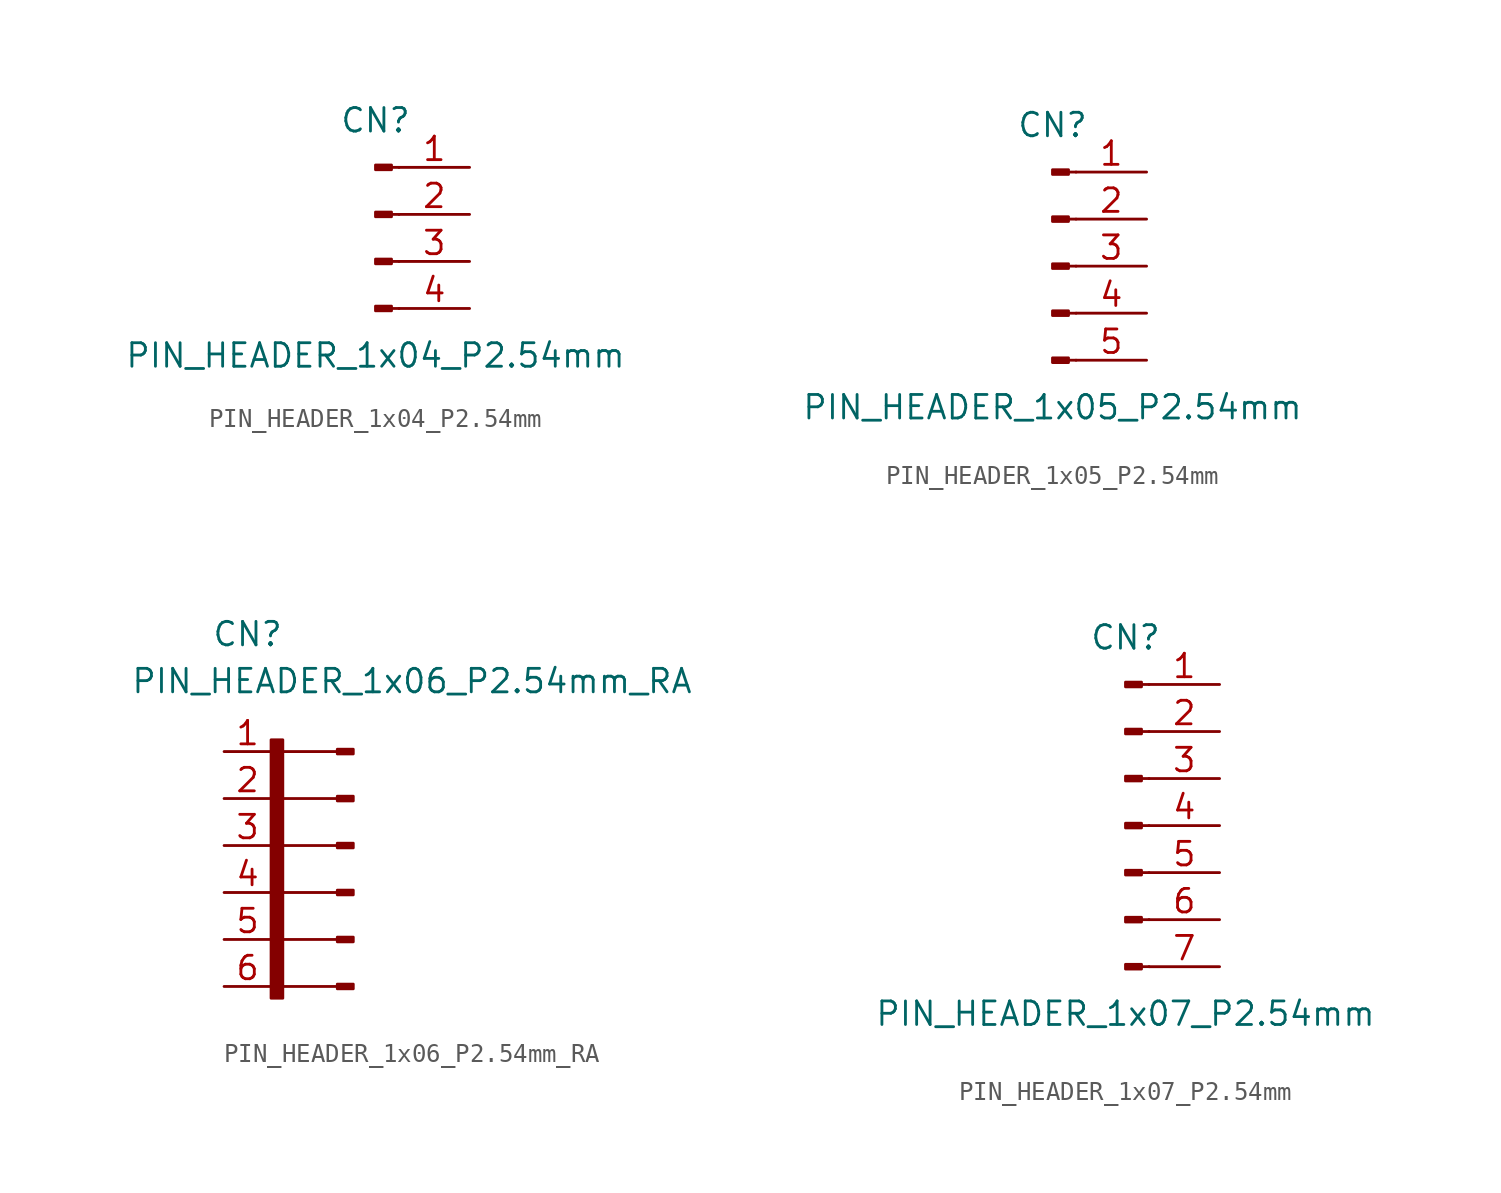
<source format=kicad_sym>
(kicad_symbol_lib
  (version 20231120)
  (generator "kicad_symbol_editor")
  (generator_version "8.0")
  (symbol "PIN_HEADER_1x04_P2.54mm"
    (pin_names
      (offset 1.016) hide)
    (property "Reference" "CN"
      (at 0 5.08 0)
      (effects (font (size 1.27 1.27))))
    (property "Value" "PIN_HEADER_1x04_P2.54mm"
      (at 0 -7.62 0)
      (effects (font (size 1.27 1.27))))
    (symbol "PIN_HEADER_1x04_P2.54mm_1_1"
      (polyline (pts (xy 1.27 -5.08) (xy 0.864 -5.08)) (stroke (width 0.152) (type default)) (fill (type none)))
      (polyline (pts (xy 1.27 -2.54) (xy 0.864 -2.54)) (stroke (width 0.152) (type default)) (fill (type none)))
      (polyline (pts (xy 1.27 0) (xy 0.864 0)) (stroke (width 0.152) (type default)) (fill (type none)))
      (polyline (pts (xy 1.27 2.54) (xy 0.864 2.54)) (stroke (width 0.152) (type default)) (fill (type none)))
      (rectangle (start 0.864 -4.953) (end 0 -5.207) (stroke (width 0.152) (type default)) (fill (type outline)))
      (rectangle (start 0.864 -2.413) (end 0 -2.667) (stroke (width 0.152) (type default)) (fill (type outline)))
      (rectangle (start 0.864 0.127) (end 0 -0.127) (stroke (width 0.152) (type default)) (fill (type outline)))
      (rectangle (start 0.864 2.667) (end 0 2.413) (stroke (width 0.152) (type default)) (fill (type outline)))
      (pin passive line (at 5.08 2.54 180) (length 3.81) (name "Pin_1" (effects (font (size 1.27 1.27)))) (number "1" (effects (font (size 1.27 1.27)))))
      (pin passive line (at 5.08 0 180) (length 3.81) (name "Pin_2" (effects (font (size 1.27 1.27)))) (number "2" (effects (font (size 1.27 1.27)))))
      (pin passive line (at 5.08 -2.54 180) (length 3.81) (name "Pin_3" (effects (font (size 1.27 1.27)))) (number "3" (effects (font (size 1.27 1.27)))))
      (pin passive line (at 5.08 -5.08 180) (length 3.81) (name "Pin_4" (effects (font (size 1.27 1.27)))) (number "4" (effects (font (size 1.27 1.27)))))))
  (symbol "PIN_HEADER_1x05_P2.54mm"
    (pin_names
      (offset 1.016) hide)
    (property "Reference" "CN"
      (at 0 7.62 0)
      (effects (font (size 1.27 1.27))))
    (property "Value" "PIN_HEADER_1x05_P2.54mm"
      (at 0 -7.62 0)
      (effects (font (size 1.27 1.27))))
    (symbol "PIN_HEADER_1x05_P2.54mm_1_1"
      (polyline (pts (xy 1.27 -5.08) (xy 0.864 -5.08)) (stroke (width 0.152) (type default)) (fill (type none)))
      (polyline (pts (xy 1.27 -2.54) (xy 0.864 -2.54)) (stroke (width 0.152) (type default)) (fill (type none)))
      (polyline (pts (xy 1.27 0) (xy 0.864 0)) (stroke (width 0.152) (type default)) (fill (type none)))
      (polyline (pts (xy 1.27 2.54) (xy 0.864 2.54)) (stroke (width 0.152) (type default)) (fill (type none)))
      (polyline (pts (xy 1.27 5.08) (xy 0.864 5.08)) (stroke (width 0.152) (type default)) (fill (type none)))
      (rectangle (start 0.864 -4.953) (end 0 -5.207) (stroke (width 0.152) (type default)) (fill (type outline)))
      (rectangle (start 0.864 -2.413) (end 0 -2.667) (stroke (width 0.152) (type default)) (fill (type outline)))
      (rectangle (start 0.864 0.127) (end 0 -0.127) (stroke (width 0.152) (type default)) (fill (type outline)))
      (rectangle (start 0.864 2.667) (end 0 2.413) (stroke (width 0.152) (type default)) (fill (type outline)))
      (rectangle (start 0.864 5.207) (end 0 4.953) (stroke (width 0.152) (type default)) (fill (type outline)))
      (pin passive line (at 5.08 5.08 180) (length 3.81) (name "Pin_1" (effects (font (size 1.27 1.27)))) (number "1" (effects (font (size 1.27 1.27)))))
      (pin passive line (at 5.08 2.54 180) (length 3.81) (name "Pin_2" (effects (font (size 1.27 1.27)))) (number "2" (effects (font (size 1.27 1.27)))))
      (pin passive line (at 5.08 0 180) (length 3.81) (name "Pin_3" (effects (font (size 1.27 1.27)))) (number "3" (effects (font (size 1.27 1.27)))))
      (pin passive line (at 5.08 -2.54 180) (length 3.81) (name "Pin_4" (effects (font (size 1.27 1.27)))) (number "4" (effects (font (size 1.27 1.27)))))
      (pin passive line (at 5.08 -5.08 180) (length 3.81) (name "Pin_5" (effects (font (size 1.27 1.27)))) (number "5" (effects (font (size 1.27 1.27)))))))
  (symbol "PIN_HEADER_1x06_P2.54mm_RA"
    (pin_names
      (offset 1.016) hide)
    (property "Reference" "CN"
      (at 1.27 11.43 0)
      (effects (font (size 1.27 1.27))))
    (property "Value" "PIN_HEADER_1x06_P2.54mm_RA"
      (at 10.16 8.89 0)
      (effects (font (size 1.27 1.27))))
    (symbol "PIN_HEADER_1x06_P2.54mm_RA_0_1"
      (polyline (pts (xy 2.54 -7.62) (xy 6.35 -7.62)) (stroke (width 0) (type default)) (fill (type none)))
      (polyline (pts (xy 2.54 -5.08) (xy 6.35 -5.08)) (stroke (width 0) (type default)) (fill (type none)))
      (polyline (pts (xy 2.54 -2.54) (xy 6.35 -2.54)) (stroke (width 0) (type default)) (fill (type none)))
      (polyline (pts (xy 2.54 0) (xy 6.35 0)) (stroke (width 0) (type default)) (fill (type none)))
      (polyline (pts (xy 2.54 2.54) (xy 6.35 2.54)) (stroke (width 0) (type default)) (fill (type none)))
      (polyline (pts (xy 2.54 5.08) (xy 6.35 5.08)) (stroke (width 0) (type default)) (fill (type none)))
      (rectangle (start 2.54 5.715) (end 3.175 -8.255) (stroke (width 0) (type default)) (fill (type outline))))
    (symbol "PIN_HEADER_1x06_P2.54mm_RA_1_1"
      (rectangle (start 6.121 -7.493) (end 6.985 -7.747) (stroke (width 0.152) (type default)) (fill (type outline)))
      (rectangle (start 6.121 -4.953) (end 6.985 -5.207) (stroke (width 0.152) (type default)) (fill (type outline)))
      (rectangle (start 6.121 -2.413) (end 6.985 -2.667) (stroke (width 0.152) (type default)) (fill (type outline)))
      (rectangle (start 6.121 0.127) (end 6.985 -0.127) (stroke (width 0.152) (type default)) (fill (type outline)))
      (rectangle (start 6.121 2.667) (end 6.985 2.413) (stroke (width 0.152) (type default)) (fill (type outline)))
      (rectangle (start 6.121 5.207) (end 6.985 4.953) (stroke (width 0.152) (type default)) (fill (type outline)))
      (pin passive line (at 0 5.08 0) (length 2.54) (name "Pin_1" (effects (font (size 1.27 1.27)))) (number "1" (effects (font (size 1.27 1.27)))))
      (pin passive line (at 0 2.54 0) (length 2.54) (name "Pin_2" (effects (font (size 1.27 1.27)))) (number "2" (effects (font (size 1.27 1.27)))))
      (pin passive line (at 0 0 0) (length 2.54) (name "Pin_3" (effects (font (size 1.27 1.27)))) (number "3" (effects (font (size 1.27 1.27)))))
      (pin passive line (at 0 -2.54 0) (length 2.54) (name "Pin_4" (effects (font (size 1.27 1.27)))) (number "4" (effects (font (size 1.27 1.27)))))
      (pin passive line (at 0 -5.08 0) (length 2.54) (name "Pin_5" (effects (font (size 1.27 1.27)))) (number "5" (effects (font (size 1.27 1.27)))))
      (pin passive line (at 0 -7.62 0) (length 2.54) (name "Pin_6" (effects (font (size 1.27 1.27)))) (number "6" (effects (font (size 1.27 1.27)))))))
  (symbol "PIN_HEADER_1x07_P2.54mm"
    (pin_names
      (offset 1.016) hide)
    (property "Reference" "CN"
      (at 0 10.16 0)
      (effects (font (size 1.27 1.27))))
    (property "Value" "PIN_HEADER_1x07_P2.54mm"
      (at 0 -10.16 0)
      (effects (font (size 1.27 1.27))))
    (symbol "PIN_HEADER_1x07_P2.54mm_1_1"
      (polyline (pts (xy 1.27 -7.62) (xy 0.864 -7.62)) (stroke (width 0.152) (type default)) (fill (type none)))
      (polyline (pts (xy 1.27 -5.08) (xy 0.864 -5.08)) (stroke (width 0.152) (type default)) (fill (type none)))
      (polyline (pts (xy 1.27 -2.54) (xy 0.864 -2.54)) (stroke (width 0.152) (type default)) (fill (type none)))
      (polyline (pts (xy 1.27 0) (xy 0.864 0)) (stroke (width 0.152) (type default)) (fill (type none)))
      (polyline (pts (xy 1.27 2.54) (xy 0.864 2.54)) (stroke (width 0.152) (type default)) (fill (type none)))
      (polyline (pts (xy 1.27 5.08) (xy 0.864 5.08)) (stroke (width 0.152) (type default)) (fill (type none)))
      (polyline (pts (xy 1.27 7.62) (xy 0.864 7.62)) (stroke (width 0.152) (type default)) (fill (type none)))
      (rectangle (start 0.864 -7.493) (end 0 -7.747) (stroke (width 0.152) (type default)) (fill (type outline)))
      (rectangle (start 0.864 -4.953) (end 0 -5.207) (stroke (width 0.152) (type default)) (fill (type outline)))
      (rectangle (start 0.864 -2.413) (end 0 -2.667) (stroke (width 0.152) (type default)) (fill (type outline)))
      (rectangle (start 0.864 0.127) (end 0 -0.127) (stroke (width 0.152) (type default)) (fill (type outline)))
      (rectangle (start 0.864 2.667) (end 0 2.413) (stroke (width 0.152) (type default)) (fill (type outline)))
      (rectangle (start 0.864 5.207) (end 0 4.953) (stroke (width 0.152) (type default)) (fill (type outline)))
      (rectangle (start 0.864 7.747) (end 0 7.493) (stroke (width 0.152) (type default)) (fill (type outline)))
      (pin passive line (at 5.08 7.62 180) (length 3.81) (name "Pin_1" (effects (font (size 1.27 1.27)))) (number "1" (effects (font (size 1.27 1.27)))))
      (pin passive line (at 5.08 5.08 180) (length 3.81) (name "Pin_2" (effects (font (size 1.27 1.27)))) (number "2" (effects (font (size 1.27 1.27)))))
      (pin passive line (at 5.08 2.54 180) (length 3.81) (name "Pin_3" (effects (font (size 1.27 1.27)))) (number "3" (effects (font (size 1.27 1.27)))))
      (pin passive line (at 5.08 0 180) (length 3.81) (name "Pin_4" (effects (font (size 1.27 1.27)))) (number "4" (effects (font (size 1.27 1.27)))))
      (pin passive line (at 5.08 -2.54 180) (length 3.81) (name "Pin_5" (effects (font (size 1.27 1.27)))) (number "5" (effects (font (size 1.27 1.27)))))
      (pin passive line (at 5.08 -5.08 180) (length 3.81) (name "Pin_6" (effects (font (size 1.27 1.27)))) (number "6" (effects (font (size 1.27 1.27)))))
      (pin passive line (at 5.08 -7.62 180) (length 3.81) (name "Pin_7" (effects (font (size 1.27 1.27)))) (number "7" (effects (font (size 1.27 1.27))))))))
</source>
